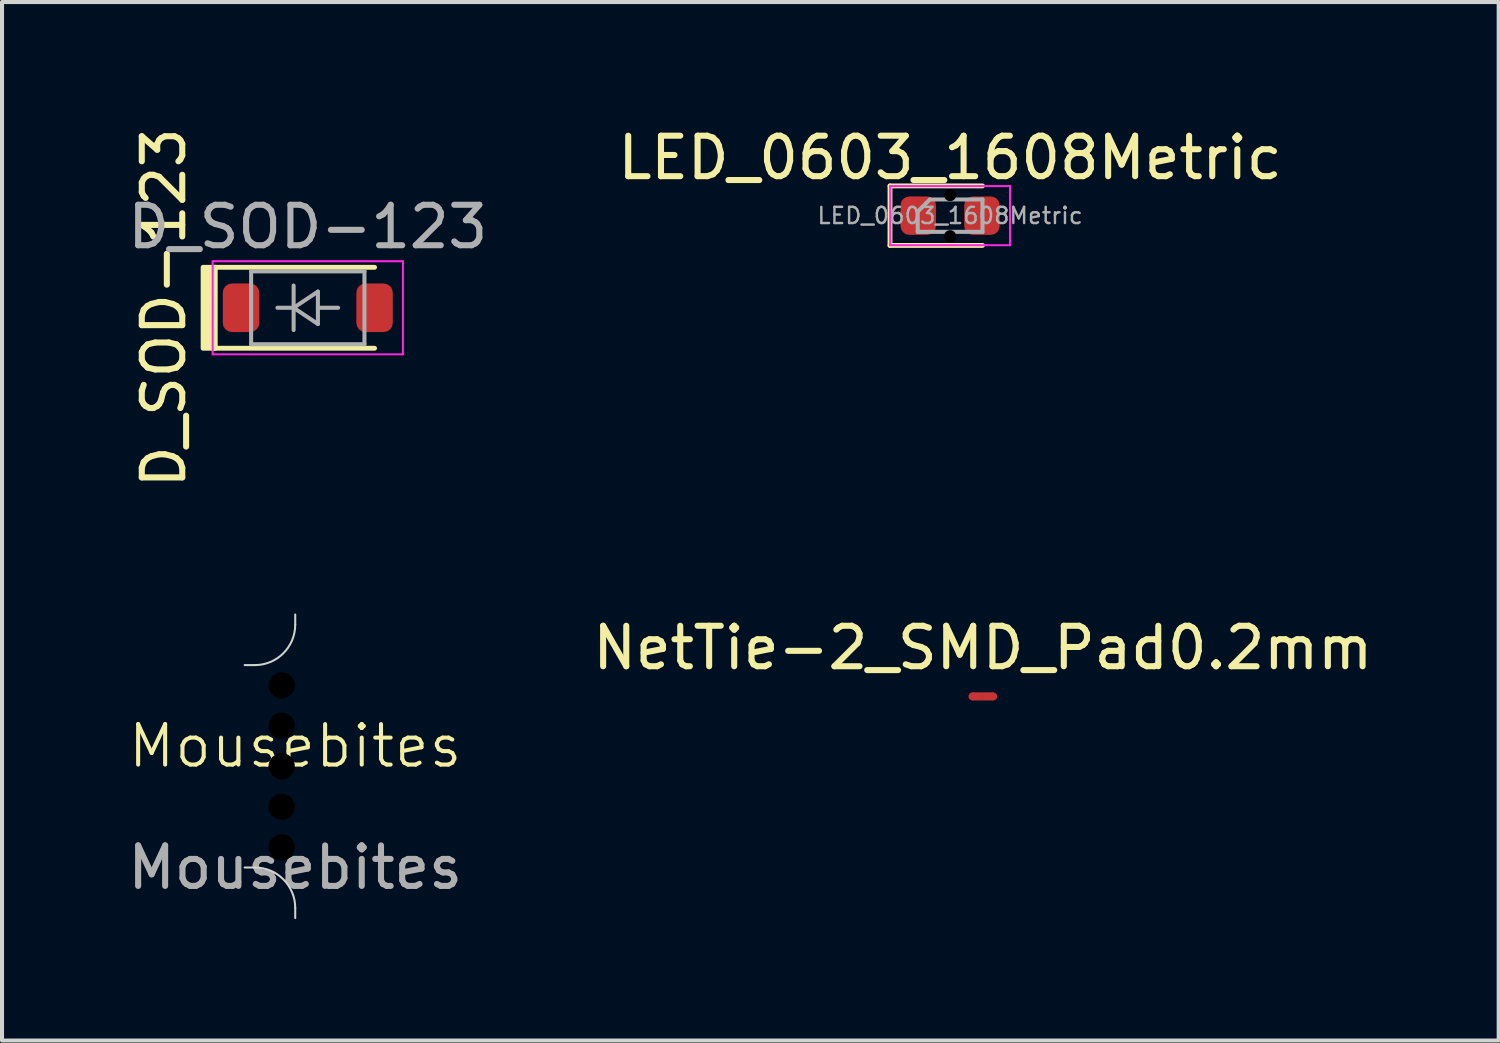
<source format=kicad_pcb>
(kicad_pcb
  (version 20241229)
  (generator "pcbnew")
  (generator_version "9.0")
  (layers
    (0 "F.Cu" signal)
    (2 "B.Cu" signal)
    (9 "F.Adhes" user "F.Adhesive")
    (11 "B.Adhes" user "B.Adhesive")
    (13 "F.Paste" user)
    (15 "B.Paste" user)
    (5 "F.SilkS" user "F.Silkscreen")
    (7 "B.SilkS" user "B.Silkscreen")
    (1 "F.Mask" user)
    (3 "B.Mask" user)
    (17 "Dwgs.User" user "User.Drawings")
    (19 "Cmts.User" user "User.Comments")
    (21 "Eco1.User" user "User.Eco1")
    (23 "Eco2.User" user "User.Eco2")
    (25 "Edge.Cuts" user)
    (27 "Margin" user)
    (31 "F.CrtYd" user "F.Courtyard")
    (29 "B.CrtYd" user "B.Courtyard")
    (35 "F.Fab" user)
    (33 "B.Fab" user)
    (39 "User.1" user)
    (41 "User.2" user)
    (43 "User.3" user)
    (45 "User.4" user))
  (footprint "Mousebites"
    (layer "F.Cu")
    (at 4.244 15.882)
    (property "Reference" "Mousebites" (at 0 -0.5 0) (unlocked yes) (layer "F.SilkS") (effects (font (size 1 1) (thickness 0.1))))
    (fp_line (start -1.25 -2.5) (end -1 -2.5) (stroke (width 0.05) (type default)) (layer "Edge.Cuts"))
    (fp_line (start -1.25 2.5) (end -1 2.5) (stroke (width 0.05) (type default)) (layer "Edge.Cuts"))
    (fp_line (start 0 -3.5) (end 0 -3.75) (stroke (width 0.05) (type default)) (layer "Edge.Cuts"))
    (fp_line (start 0 3.5) (end 0 3.75) (stroke (width 0.05) (type default)) (layer "Edge.Cuts"))
    (fp_arc (start -1 2.5) (mid -0.292893 2.792893) (end 0 3.5) (stroke (width 0.05) (type default)) (layer "Edge.Cuts"))
    (fp_arc (start 0 -3.5) (mid -0.292893 -2.792893) (end -1 -2.5) (stroke (width 0.05) (type default)) (layer "Edge.Cuts"))
    (fp_text user "${REFERENCE}" (at 0 2.5 0) (unlocked yes) (layer "F.Fab") (effects (font (size 1 1) (thickness 0.15))))
    (pad "" np_thru_hole circle (at -0.335 -2) (size 0.65 0.65) (drill 0.65) (layers "*.Mask"))
    (pad "" np_thru_hole circle (at -0.335 -1) (size 0.65 0.65) (drill 0.65) (layers "*.Mask"))
    (pad "" np_thru_hole circle (at -0.335 0) (size 0.65 0.65) (drill 0.65) (layers "*.Mask"))
    (pad "" np_thru_hole circle (at -0.335 1) (size 0.65 0.65) (drill 0.65) (layers "*.Mask"))
    (pad "" np_thru_hole circle (at -0.335 2) (size 0.65 0.65) (drill 0.65) (layers "*.Mask"))
    (zone (net_name "") (layers "F.Cu" "Edge.Cuts") (hatch edge 0.5) (connect_pads) (min_thickness 0.25) (filled_areas_thickness no) (keepout (tracks not_allowed) (vias not_allowed) (pads not_allowed) (copperpour not_allowed) (footprints allowed)) (placement (enabled no)) (fill) (polygon (pts (xy 4.344 12.182) (xy 4.344 19.582) (xy 3.494 19.582) (xy 3.494 12.182)))))
  (footprint "LED_0603_1608Metric"
    (layer "F.Cu")
    (at 20.423 2.278)
    (property "Reference" "LED_0603_1608Metric" (at 0 -1.43 0) (layer "F.SilkS") (effects (font (size 1 1) (thickness 0.15))))
    (attr smd)
    (fp_line (start -1.485 -0.735) (end -1.485 0.735) (stroke (width 0.12) (type solid)) (layer "F.SilkS"))
    (fp_line (start -1.485 0.735) (end 0.8 0.735) (stroke (width 0.12) (type solid)) (layer "F.SilkS"))
    (fp_line (start 0.8 -0.735) (end -1.485 -0.735) (stroke (width 0.12) (type solid)) (layer "F.SilkS"))
    (fp_line (start -1.48 -0.73) (end 1.48 -0.73) (stroke (width 0.05) (type solid)) (layer "F.CrtYd"))
    (fp_line (start -1.48 0.73) (end -1.48 -0.73) (stroke (width 0.05) (type solid)) (layer "F.CrtYd"))
    (fp_line (start 1.48 -0.73) (end 1.48 0.73) (stroke (width 0.05) (type solid)) (layer "F.CrtYd"))
    (fp_line (start 1.48 0.73) (end -1.48 0.73) (stroke (width 0.05) (type solid)) (layer "F.CrtYd"))
    (fp_line (start -0.8 -0.1) (end -0.8 0.4) (stroke (width 0.1) (type solid)) (layer "F.Fab"))
    (fp_line (start -0.8 0.4) (end 0.8 0.4) (stroke (width 0.1) (type solid)) (layer "F.Fab"))
    (fp_line (start -0.5 -0.4) (end -0.8 -0.1) (stroke (width 0.1) (type solid)) (layer "F.Fab"))
    (fp_line (start 0.8 -0.4) (end -0.5 -0.4) (stroke (width 0.1) (type solid)) (layer "F.Fab"))
    (fp_line (start 0.8 0.4) (end 0.8 -0.4) (stroke (width 0.1) (type solid)) (layer "F.Fab"))
    (fp_poly (pts (arc (start -0.7875 -0.975) (mid -1.7625 0) (end -0.7875 0.975)) (arc (start 0.7875 0.975) (mid 1.7625 0) (end 0.7875 -0.975))) (stroke (width 0.1) (type solid)) (fill no) (layer "User.4"))
    (fp_circle (center 0 0) (end 0.8 0) (stroke (width 0.1) (type default)) (fill no) (layer "User.6"))
    (fp_text user "${REFERENCE}" (at 0 0 0) (layer "F.Fab") (effects (font (size 0.4 0.4) (thickness 0.06))))
    (pad "" np_thru_hole circle (at 0 -0.508) (size 0.3 0.3) (drill 0.3) (layers "F.Mask"))
    (pad "" np_thru_hole circle (at 0 0.508) (size 0.3 0.3) (drill 0.3) (layers "F.Mask"))
    (pad "1" smd roundrect (at -0.787 0) (size 0.875 0.95) (layers "F.Cu" "F.Mask" "F.Paste") (roundrect_rratio 0.25))
    (pad "2" smd roundrect (at 0.787 0) (size 0.875 0.95) (layers "F.Cu" "F.Mask" "F.Paste") (roundrect_rratio 0.25)))
  (footprint "D_SOD-123"
    (layer "F.Cu")
    (at 4.554 4.554)
    (property "Reference" "D_SOD-123" (at -3.556 0.000001 270) (layer "F.SilkS") (effects (font (size 1 1) (thickness 0.15))))
    (attr smd)
    (fp_line (start -2.36 -1) (end 1.65 -1) (stroke (width 0.12) (type solid)) (layer "F.SilkS"))
    (fp_line (start -2.36 1) (end 1.65 1) (stroke (width 0.12) (type solid)) (layer "F.SilkS"))
    (fp_rect (start -2.586 -1) (end -2.286 1) (stroke (width 0.12) (type solid)) (fill yes) (layer "F.SilkS"))
    (fp_line (start -2.35 -1.15) (end -2.35 1.15) (stroke (width 0.05) (type solid)) (layer "F.CrtYd"))
    (fp_line (start -2.35 -1.15) (end 2.35 -1.15) (stroke (width 0.05) (type solid)) (layer "F.CrtYd"))
    (fp_line (start 2.35 -1.15) (end 2.35 1.15) (stroke (width 0.05) (type solid)) (layer "F.CrtYd"))
    (fp_line (start 2.35 1.15) (end -2.35 1.15) (stroke (width 0.05) (type solid)) (layer "F.CrtYd"))
    (fp_line (start -1.4 -0.9) (end 1.4 -0.9) (stroke (width 0.1) (type solid)) (layer "F.Fab"))
    (fp_line (start -1.4 0.9) (end -1.4 -0.9) (stroke (width 0.1) (type solid)) (layer "F.Fab"))
    (fp_line (start -0.75 0) (end -0.35 0) (stroke (width 0.1) (type solid)) (layer "F.Fab"))
    (fp_line (start -0.35 0) (end -0.35 -0.55) (stroke (width 0.1) (type solid)) (layer "F.Fab"))
    (fp_line (start -0.35 0) (end -0.35 0.55) (stroke (width 0.1) (type solid)) (layer "F.Fab"))
    (fp_line (start -0.35 0) (end 0.25 -0.4) (stroke (width 0.1) (type solid)) (layer "F.Fab"))
    (fp_line (start 0.25 -0.4) (end 0.25 0.4) (stroke (width 0.1) (type solid)) (layer "F.Fab"))
    (fp_line (start 0.25 0) (end 0.75 0) (stroke (width 0.1) (type solid)) (layer "F.Fab"))
    (fp_line (start 0.25 0.4) (end -0.35 0) (stroke (width 0.1) (type solid)) (layer "F.Fab"))
    (fp_line (start 1.4 -0.9) (end 1.4 0.9) (stroke (width 0.1) (type solid)) (layer "F.Fab"))
    (fp_line (start 1.4 0.9) (end -1.4 0.9) (stroke (width 0.1) (type solid)) (layer "F.Fab"))
    (fp_text user "${REFERENCE}" (at 0 -2 180) (layer "F.Fab") (effects (font (size 1 1) (thickness 0.15))))
    (pad "1" smd roundrect (at -1.65 0) (size 0.9 1.2) (layers "F.Cu" "F.Mask" "F.Paste") (roundrect_rratio 0.25))
    (pad "2" smd roundrect (at 1.65 0) (size 0.9 1.2) (layers "F.Cu" "F.Mask" "F.Paste") (roundrect_rratio 0.25)))
  (footprint "NetTie-2_SMD_Pad0.2mm"
    (layer "F.Cu")
    (at 21.232 14.155)
    (property "Reference" "NetTie-2_SMD_Pad0.2mm" (at 0 -1.2 0) (layer "F.SilkS") (effects (font (size 1 1) (thickness 0.15))))
    (attr exclude_from_pos_files exclude_from_bom allow_missing_courtyard)
    (pad "1" smd circle (at -0.254 0) (size 0.2 0.2) (layers "F.Cu"))
    (pad "1" smd rect (at -0.126 0) (size 0.256 0.2) (layers "F.Cu"))
    (pad "2" smd rect (at 0.126 0) (size 0.256 0.2) (layers "F.Cu"))
    (pad "2" smd circle (at 0.254 0) (size 0.2 0.2) (layers "F.Cu")))
  (gr_rect
    (start -3 -3)
    (end 33.976 22.657)
    (stroke (width 0.1) (type default))
    (fill no)
    (layer "Edge.Cuts")))
</source>
